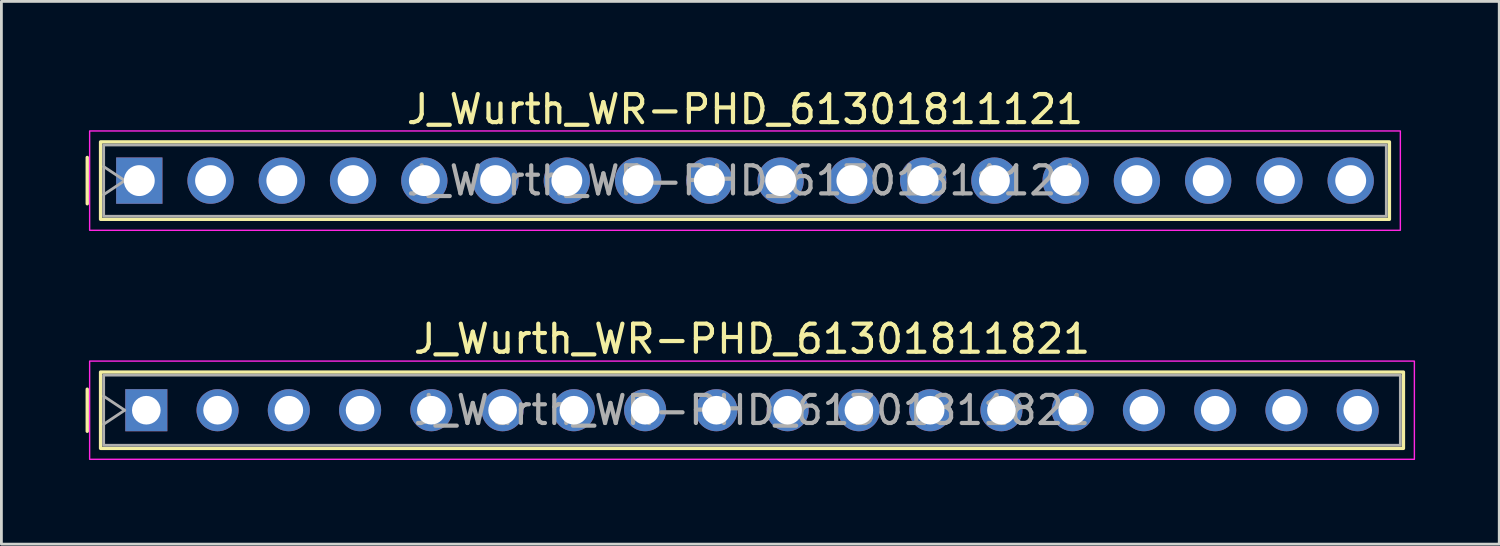
<source format=kicad_pcb>
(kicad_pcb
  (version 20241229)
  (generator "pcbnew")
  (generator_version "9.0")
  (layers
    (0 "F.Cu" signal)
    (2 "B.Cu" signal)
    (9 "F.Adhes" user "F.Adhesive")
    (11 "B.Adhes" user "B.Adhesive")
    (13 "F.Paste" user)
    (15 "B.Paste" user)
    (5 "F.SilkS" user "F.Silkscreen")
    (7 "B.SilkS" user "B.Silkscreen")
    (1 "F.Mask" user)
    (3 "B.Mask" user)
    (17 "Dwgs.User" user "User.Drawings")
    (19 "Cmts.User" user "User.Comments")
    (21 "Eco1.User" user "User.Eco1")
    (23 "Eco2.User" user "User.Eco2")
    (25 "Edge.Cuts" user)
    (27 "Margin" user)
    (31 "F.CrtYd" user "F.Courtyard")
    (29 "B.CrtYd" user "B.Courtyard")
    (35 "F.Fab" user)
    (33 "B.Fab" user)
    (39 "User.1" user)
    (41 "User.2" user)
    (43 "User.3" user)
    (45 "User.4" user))
  (footprint "J_Wurth_WR-PHD_61301811821"
    (layer "F.Cu")
    (at 2.165 11.572)
    (property "Reference" "J_Wurth_WR-PHD_61301811821" (at 21.59 -2.54 0) (unlocked yes) (layer "F.SilkS") (effects (font (size 1 1) (thickness 0.15))))
    (attr through_hole)
    (fp_line (start -2.105 -0.75) (end -2.105 0.75) (stroke (width 0.12) (type solid)) (layer "F.SilkS"))
    (fp_rect (start -1.63 -1.36) (end 44.81 1.36) (stroke (width 0.12) (type solid)) (fill no) (layer "F.SilkS"))
    (fp_rect (start -2.02 -1.75) (end 45.2 1.75) (stroke (width 0.05) (type solid)) (fill no) (layer "F.CrtYd"))
    (fp_line (start -1.52 -0.5) (end -0.77 0) (stroke (width 0.1) (type solid)) (layer "F.Fab"))
    (fp_line (start -0.77 0) (end -1.52 0.5) (stroke (width 0.1) (type solid)) (layer "F.Fab"))
    (fp_rect (start -1.52 -1.25) (end 44.7 1.25) (stroke (width 0.1) (type solid)) (fill no) (layer "F.Fab"))
    (fp_text user "${REFERENCE}" (at 21.59 0 0) (unlocked yes) (layer "F.Fab") (effects (font (size 1 1) (thickness 0.15))))
    (pad "1" thru_hole rect (at 0 0) (size 1.5 1.5) (drill 1.02) (layers "*.Cu" "*.Mask"))
    (pad "2" thru_hole circle (at 2.54 0) (size 1.5 1.5) (drill 1.02) (layers "*.Cu" "*.Mask"))
    (pad "3" thru_hole circle (at 5.08 0) (size 1.5 1.5) (drill 1.02) (layers "*.Cu" "*.Mask"))
    (pad "4" thru_hole circle (at 7.62 0) (size 1.5 1.5) (drill 1.02) (layers "*.Cu" "*.Mask"))
    (pad "5" thru_hole circle (at 10.16 0) (size 1.5 1.5) (drill 1.02) (layers "*.Cu" "*.Mask"))
    (pad "6" thru_hole circle (at 12.7 0) (size 1.5 1.5) (drill 1.02) (layers "*.Cu" "*.Mask"))
    (pad "7" thru_hole circle (at 15.24 0) (size 1.5 1.5) (drill 1.02) (layers "*.Cu" "*.Mask"))
    (pad "8" thru_hole circle (at 17.78 0) (size 1.5 1.5) (drill 1.02) (layers "*.Cu" "*.Mask"))
    (pad "9" thru_hole circle (at 20.32 0) (size 1.5 1.5) (drill 1.02) (layers "*.Cu" "*.Mask"))
    (pad "10" thru_hole circle (at 22.86 0) (size 1.5 1.5) (drill 1.02) (layers "*.Cu" "*.Mask"))
    (pad "11" thru_hole circle (at 25.4 0) (size 1.5 1.5) (drill 1.02) (layers "*.Cu" "*.Mask"))
    (pad "12" thru_hole circle (at 27.94 0) (size 1.5 1.5) (drill 1.02) (layers "*.Cu" "*.Mask"))
    (pad "13" thru_hole circle (at 30.48 0) (size 1.5 1.5) (drill 1.02) (layers "*.Cu" "*.Mask"))
    (pad "14" thru_hole circle (at 33.02 0) (size 1.5 1.5) (drill 1.02) (layers "*.Cu" "*.Mask"))
    (pad "15" thru_hole circle (at 35.56 0) (size 1.5 1.5) (drill 1.02) (layers "*.Cu" "*.Mask"))
    (pad "16" thru_hole circle (at 38.1 0) (size 1.5 1.5) (drill 1.02) (layers "*.Cu" "*.Mask"))
    (pad "17" thru_hole circle (at 40.64 0) (size 1.5 1.5) (drill 1.02) (layers "*.Cu" "*.Mask"))
    (pad "18" thru_hole circle (at 43.18 0) (size 1.5 1.5) (drill 1.02) (layers "*.Cu" "*.Mask")))
  (footprint "J_Wurth_WR-PHD_61301811121"
    (layer "F.Cu")
    (at 1.915 3.388)
    (property "Reference" "J_Wurth_WR-PHD_61301811121" (at 21.59 -2.54 0) (unlocked yes) (layer "F.SilkS") (effects (font (size 1 1) (thickness 0.15))))
    (attr through_hole)
    (fp_line (start -1.855 -0.825) (end -1.855 0.825) (stroke (width 0.12) (type solid)) (layer "F.SilkS"))
    (fp_rect (start -1.38 -1.38) (end 44.56 1.38) (stroke (width 0.12) (type solid)) (fill no) (layer "F.SilkS"))
    (fp_rect (start -1.77 -1.77) (end 44.95 1.77) (stroke (width 0.05) (type solid)) (fill no) (layer "F.CrtYd"))
    (fp_line (start -1.27 -0.5) (end -0.52 0) (stroke (width 0.1) (type solid)) (layer "F.Fab"))
    (fp_line (start -0.52 0) (end -1.27 0.5) (stroke (width 0.1) (type solid)) (layer "F.Fab"))
    (fp_rect (start -1.27 -1.27) (end 44.45 1.27) (stroke (width 0.1) (type solid)) (fill no) (layer "F.Fab"))
    (fp_text user "${REFERENCE}" (at 21.59 0 0) (unlocked yes) (layer "F.Fab") (effects (font (size 1 1) (thickness 0.15))))
    (pad "1" thru_hole rect (at 0 0) (size 1.65 1.65) (drill 1.1) (layers "*.Cu" "*.Mask"))
    (pad "2" thru_hole circle (at 2.54 0) (size 1.65 1.65) (drill 1.1) (layers "*.Cu" "*.Mask"))
    (pad "3" thru_hole circle (at 5.08 0) (size 1.65 1.65) (drill 1.1) (layers "*.Cu" "*.Mask"))
    (pad "4" thru_hole circle (at 7.62 0) (size 1.65 1.65) (drill 1.1) (layers "*.Cu" "*.Mask"))
    (pad "5" thru_hole circle (at 10.16 0) (size 1.65 1.65) (drill 1.1) (layers "*.Cu" "*.Mask"))
    (pad "6" thru_hole circle (at 12.7 0) (size 1.65 1.65) (drill 1.1) (layers "*.Cu" "*.Mask"))
    (pad "7" thru_hole circle (at 15.24 0) (size 1.65 1.65) (drill 1.1) (layers "*.Cu" "*.Mask"))
    (pad "8" thru_hole circle (at 17.78 0) (size 1.65 1.65) (drill 1.1) (layers "*.Cu" "*.Mask"))
    (pad "9" thru_hole circle (at 20.32 0) (size 1.65 1.65) (drill 1.1) (layers "*.Cu" "*.Mask"))
    (pad "10" thru_hole circle (at 22.86 0) (size 1.65 1.65) (drill 1.1) (layers "*.Cu" "*.Mask"))
    (pad "11" thru_hole circle (at 25.4 0) (size 1.65 1.65) (drill 1.1) (layers "*.Cu" "*.Mask"))
    (pad "12" thru_hole circle (at 27.94 0) (size 1.65 1.65) (drill 1.1) (layers "*.Cu" "*.Mask"))
    (pad "13" thru_hole circle (at 30.48 0) (size 1.65 1.65) (drill 1.1) (layers "*.Cu" "*.Mask"))
    (pad "14" thru_hole circle (at 33.02 0) (size 1.65 1.65) (drill 1.1) (layers "*.Cu" "*.Mask"))
    (pad "15" thru_hole circle (at 35.56 0) (size 1.65 1.65) (drill 1.1) (layers "*.Cu" "*.Mask"))
    (pad "16" thru_hole circle (at 38.1 0) (size 1.65 1.65) (drill 1.1) (layers "*.Cu" "*.Mask"))
    (pad "17" thru_hole circle (at 40.64 0) (size 1.65 1.65) (drill 1.1) (layers "*.Cu" "*.Mask"))
    (pad "18" thru_hole circle (at 43.18 0) (size 1.65 1.65) (drill 1.1) (layers "*.Cu" "*.Mask")))
  (gr_rect
    (start -3 -3)
    (end 50.39 16.346)
    (stroke (width 0.1) (type default))
    (fill no)
    (layer "Edge.Cuts")))
</source>
